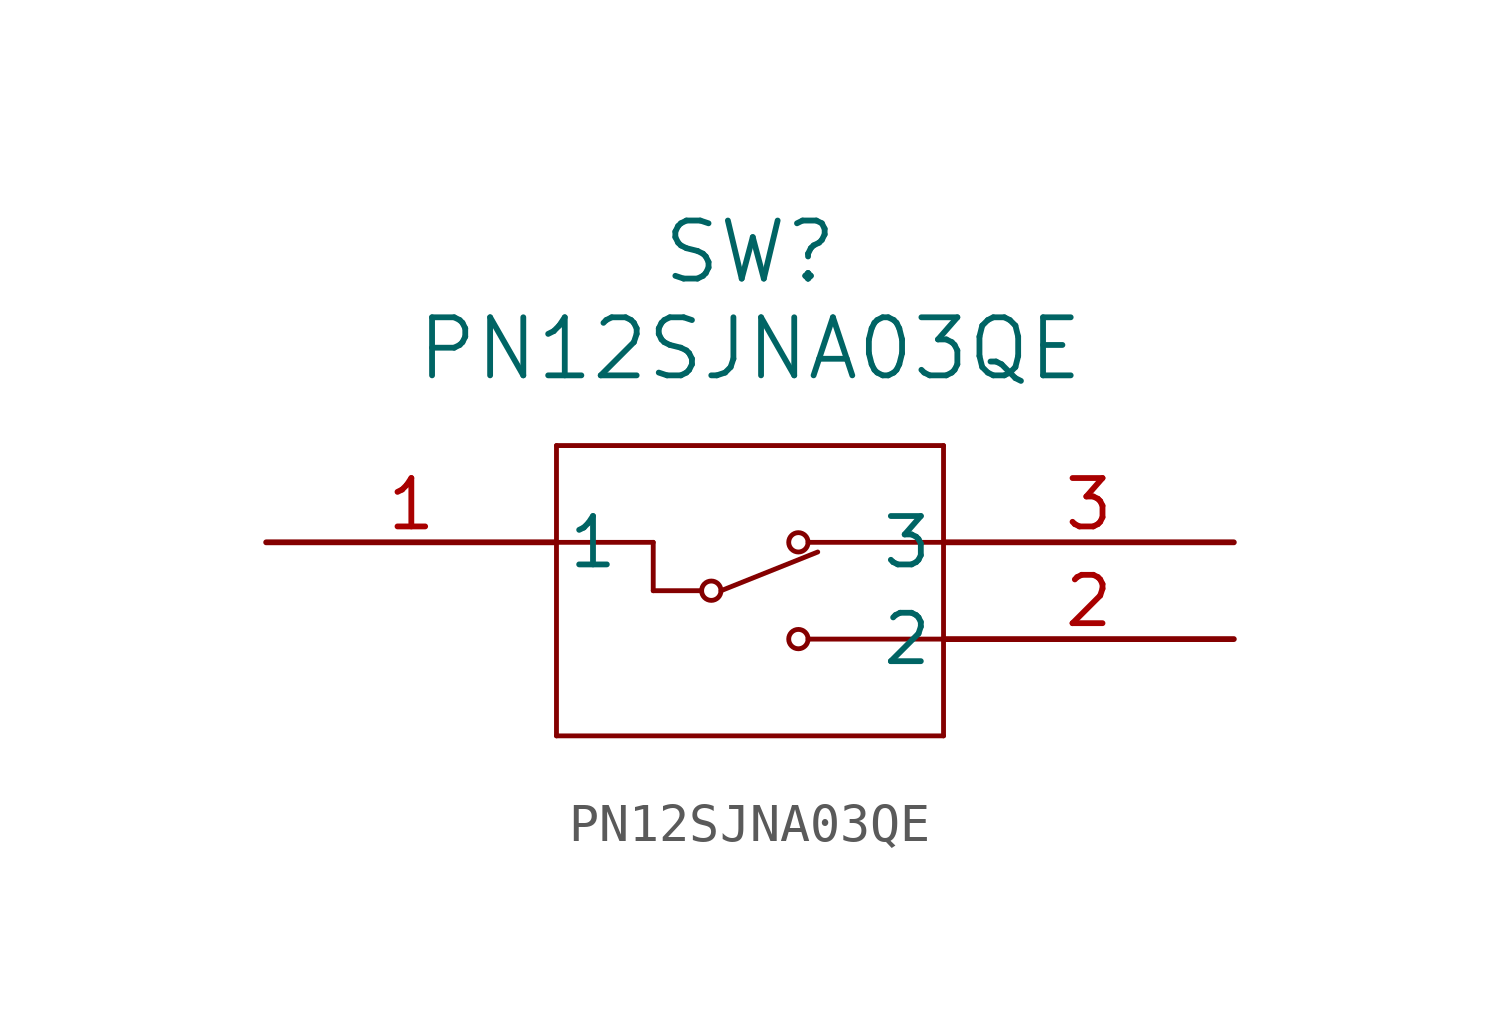
<source format=kicad_sym>
(kicad_symbol_lib
  (version 20211014)
  (generator kicad_symbol_editor)
  (symbol "PN12SJNA03QE"
    (pin_names
      (offset 0.254))
    (property "Reference" "SW"
      (at 12.7 7.62 0)
      (effects (font (size 1.524 1.524))))
    (property "Value" "PN12SJNA03QE"
      (at 12.7 5.08 0)
      (effects (font (size 1.524 1.524))))
    (symbol "PN12SJNA03QE_0_1"
      (polyline (pts (xy 7.62 2.54) (xy 7.62 -5.08)) (stroke (width 0.127) (type default) (color 0 0 0 0)) (fill (type none)))
      (polyline (pts (xy 7.62 -5.08) (xy 17.78 -5.08)) (stroke (width 0.127) (type default) (color 0 0 0 0)) (fill (type none)))
      (polyline (pts (xy 17.78 -5.08) (xy 17.78 2.54)) (stroke (width 0.127) (type default) (color 0 0 0 0)) (fill (type none)))
      (polyline (pts (xy 17.78 2.54) (xy 7.62 2.54)) (stroke (width 0.127) (type default) (color 0 0 0 0)) (fill (type none)))
      (circle (center 13.97 0) (radius 0.254) (stroke (width 0.127) (type default) (color 0 0 0 0)) (fill (type none)))
      (circle (center 13.97 -2.54) (radius 0.254) (stroke (width 0.127) (type default) (color 0 0 0 0)) (fill (type none)))
      (polyline (pts (xy 10.16 0) (xy 10.16 -1.27)) (stroke (width 0.127) (type default) (color 0 0 0 0)) (fill (type none)))
      (polyline (pts (xy 10.16 0) (xy 7.62 0)) (stroke (width 0.127) (type default) (color 0 0 0 0)) (fill (type none)))
      (polyline (pts (xy 14.224 0) (xy 17.78 0)) (stroke (width 0.127) (type default) (color 0 0 0 0)) (fill (type none)))
      (polyline (pts (xy 10.16 -1.27) (xy 11.43 -1.27)) (stroke (width 0.127) (type default) (color 0 0 0 0)) (fill (type none)))
      (polyline (pts (xy 14.224 -2.54) (xy 17.78 -2.54)) (stroke (width 0.127) (type default) (color 0 0 0 0)) (fill (type none)))
      (circle (center 11.684 -1.27) (radius 0.254) (stroke (width 0.127) (type default) (color 0 0 0 0)) (fill (type none)))
      (polyline (pts (xy 11.938 -1.27) (xy 14.478 -0.254)) (stroke (width 0.127) (type default) (color 0 0 0 0)) (fill (type none)))
      (pin unspecified line (at 0 0 0) (length 7.62) (name "1" (effects (font (size 1.27 1.27)))) (number "1" (effects (font (size 1.27 1.27)))))
      (pin unspecified line (at 25.4 -2.54 180) (length 7.62) (name "2" (effects (font (size 1.27 1.27)))) (number "2" (effects (font (size 1.27 1.27)))))
      (pin unspecified line (at 25.4 0 180) (length 7.62) (name "3" (effects (font (size 1.27 1.27)))) (number "3" (effects (font (size 1.27 1.27))))))))
</source>
